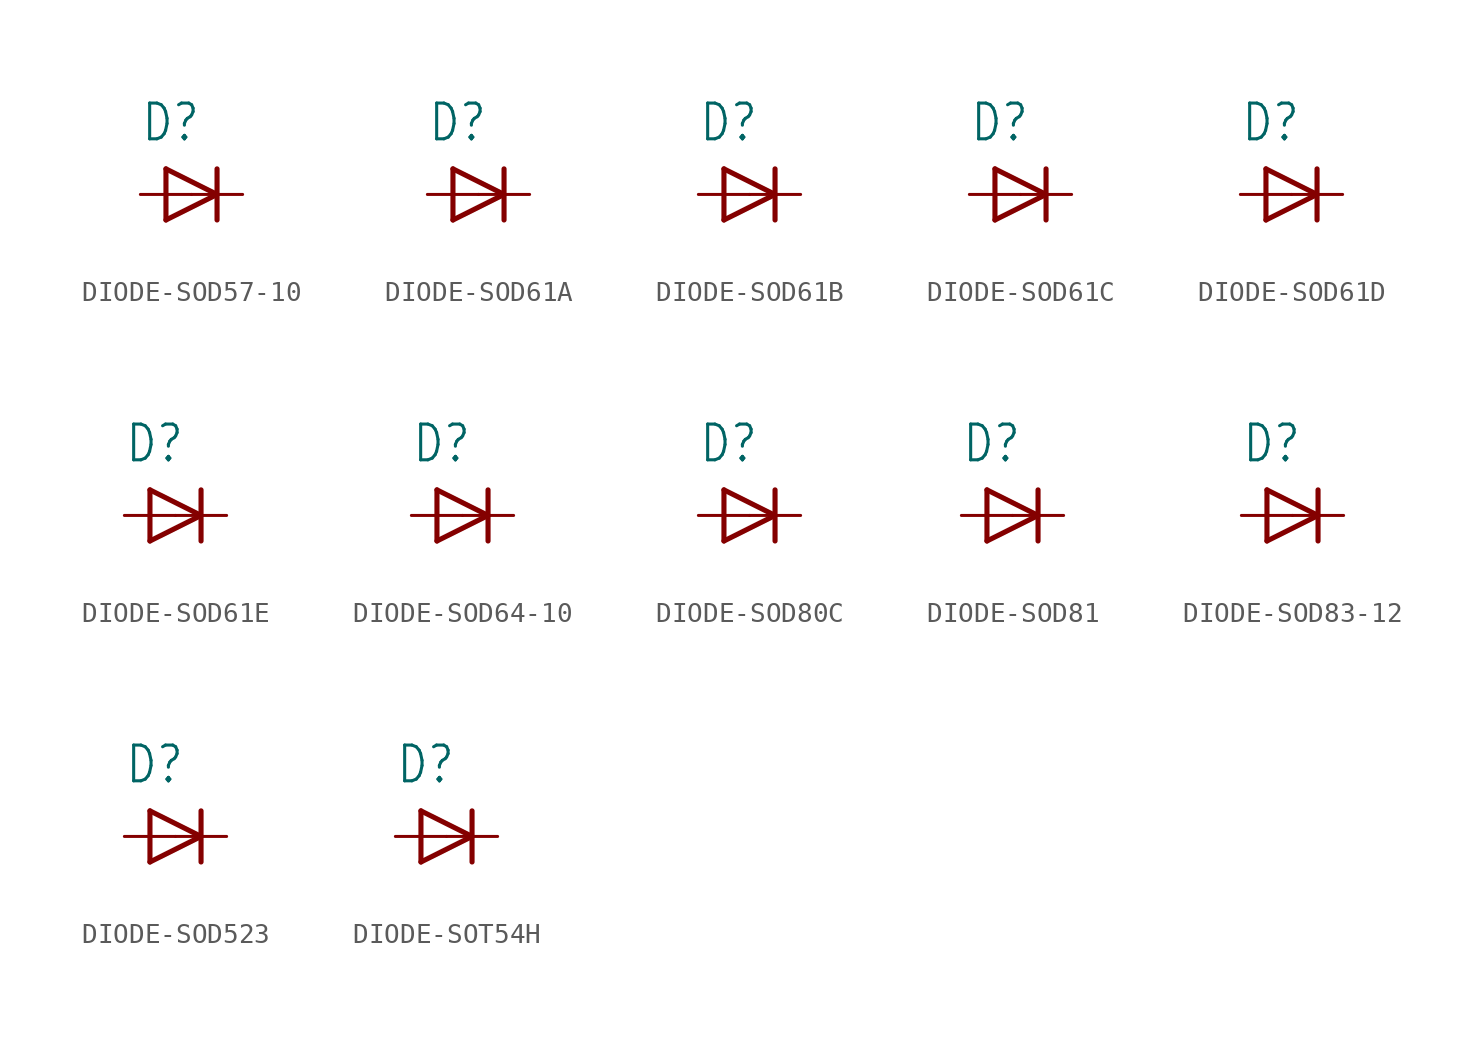
<source format=kicad_sym>
(kicad_symbol_lib
  (version 20220914)
  (generator kicad_symbol_editor)
  (symbol "DIODE-SOD57-10"
    (property "Reference" "D"
      (at -2.54 2.54 0)
      (effects (font (size 1.778 1.511)) (justify left bottom)))
    (property "Value" ""
      (at -2.54 -2.54 0)
      (effects (font (size 1.778 1.511)) (justify left top)))
    (property "ki_locked" ""
      (at 0 0 0)
      (effects (font (size 1.27 1.27))))
    (symbol "DIODE-SOD57-10_1_0"
      (polyline (pts (xy -1.27 -1.27) (xy 1.27 0)) (stroke (width 0.254) (type solid)) (fill (type none)))
      (polyline (pts (xy -1.27 1.27) (xy -1.27 -1.27)) (stroke (width 0.254) (type solid)) (fill (type none)))
      (polyline (pts (xy 1.27 0) (xy -1.27 1.27)) (stroke (width 0.254) (type solid)) (fill (type none)))
      (polyline (pts (xy 1.27 0) (xy 1.27 -1.27)) (stroke (width 0.254) (type solid)) (fill (type none)))
      (polyline (pts (xy 1.27 1.27) (xy 1.27 0)) (stroke (width 0.254) (type solid)) (fill (type none)))
      (pin passive line (at -2.54 0 0) (length 2.54) (name "A" (effects (font (size 0 0)))) (number "A" (effects (font (size 0 0)))))
      (pin passive line (at 2.54 0 180) (length 2.54) (name "C" (effects (font (size 0 0)))) (number "C" (effects (font (size 0 0)))))))
  (symbol "DIODE-SOD61A"
    (property "Reference" "D"
      (at -2.54 2.54 0)
      (effects (font (size 1.778 1.511)) (justify left bottom)))
    (property "Value" ""
      (at -2.54 -2.54 0)
      (effects (font (size 1.778 1.511)) (justify left top)))
    (property "ki_locked" ""
      (at 0 0 0)
      (effects (font (size 1.27 1.27))))
    (symbol "DIODE-SOD61A_1_0"
      (polyline (pts (xy -1.27 -1.27) (xy 1.27 0)) (stroke (width 0.254) (type solid)) (fill (type none)))
      (polyline (pts (xy -1.27 1.27) (xy -1.27 -1.27)) (stroke (width 0.254) (type solid)) (fill (type none)))
      (polyline (pts (xy 1.27 0) (xy -1.27 1.27)) (stroke (width 0.254) (type solid)) (fill (type none)))
      (polyline (pts (xy 1.27 0) (xy 1.27 -1.27)) (stroke (width 0.254) (type solid)) (fill (type none)))
      (polyline (pts (xy 1.27 1.27) (xy 1.27 0)) (stroke (width 0.254) (type solid)) (fill (type none)))
      (pin passive line (at -2.54 0 0) (length 2.54) (name "A" (effects (font (size 0 0)))) (number "A" (effects (font (size 0 0)))))
      (pin passive line (at 2.54 0 180) (length 2.54) (name "C" (effects (font (size 0 0)))) (number "C" (effects (font (size 0 0)))))))
  (symbol "DIODE-SOD61B"
    (property "Reference" "D"
      (at -2.54 2.54 0)
      (effects (font (size 1.778 1.511)) (justify left bottom)))
    (property "Value" ""
      (at -2.54 -2.54 0)
      (effects (font (size 1.778 1.511)) (justify left top)))
    (property "ki_locked" ""
      (at 0 0 0)
      (effects (font (size 1.27 1.27))))
    (symbol "DIODE-SOD61B_1_0"
      (polyline (pts (xy -1.27 -1.27) (xy 1.27 0)) (stroke (width 0.254) (type solid)) (fill (type none)))
      (polyline (pts (xy -1.27 1.27) (xy -1.27 -1.27)) (stroke (width 0.254) (type solid)) (fill (type none)))
      (polyline (pts (xy 1.27 0) (xy -1.27 1.27)) (stroke (width 0.254) (type solid)) (fill (type none)))
      (polyline (pts (xy 1.27 0) (xy 1.27 -1.27)) (stroke (width 0.254) (type solid)) (fill (type none)))
      (polyline (pts (xy 1.27 1.27) (xy 1.27 0)) (stroke (width 0.254) (type solid)) (fill (type none)))
      (pin passive line (at -2.54 0 0) (length 2.54) (name "A" (effects (font (size 0 0)))) (number "A" (effects (font (size 0 0)))))
      (pin passive line (at 2.54 0 180) (length 2.54) (name "C" (effects (font (size 0 0)))) (number "C" (effects (font (size 0 0)))))))
  (symbol "DIODE-SOD61C"
    (property "Reference" "D"
      (at -2.54 2.54 0)
      (effects (font (size 1.778 1.511)) (justify left bottom)))
    (property "Value" ""
      (at -2.54 -2.54 0)
      (effects (font (size 1.778 1.511)) (justify left top)))
    (property "ki_locked" ""
      (at 0 0 0)
      (effects (font (size 1.27 1.27))))
    (symbol "DIODE-SOD61C_1_0"
      (polyline (pts (xy -1.27 -1.27) (xy 1.27 0)) (stroke (width 0.254) (type solid)) (fill (type none)))
      (polyline (pts (xy -1.27 1.27) (xy -1.27 -1.27)) (stroke (width 0.254) (type solid)) (fill (type none)))
      (polyline (pts (xy 1.27 0) (xy -1.27 1.27)) (stroke (width 0.254) (type solid)) (fill (type none)))
      (polyline (pts (xy 1.27 0) (xy 1.27 -1.27)) (stroke (width 0.254) (type solid)) (fill (type none)))
      (polyline (pts (xy 1.27 1.27) (xy 1.27 0)) (stroke (width 0.254) (type solid)) (fill (type none)))
      (pin passive line (at -2.54 0 0) (length 2.54) (name "A" (effects (font (size 0 0)))) (number "A" (effects (font (size 0 0)))))
      (pin passive line (at 2.54 0 180) (length 2.54) (name "C" (effects (font (size 0 0)))) (number "C" (effects (font (size 0 0)))))))
  (symbol "DIODE-SOD61D"
    (property "Reference" "D"
      (at -2.54 2.54 0)
      (effects (font (size 1.778 1.511)) (justify left bottom)))
    (property "Value" ""
      (at -2.54 -2.54 0)
      (effects (font (size 1.778 1.511)) (justify left top)))
    (property "ki_locked" ""
      (at 0 0 0)
      (effects (font (size 1.27 1.27))))
    (symbol "DIODE-SOD61D_1_0"
      (polyline (pts (xy -1.27 -1.27) (xy 1.27 0)) (stroke (width 0.254) (type solid)) (fill (type none)))
      (polyline (pts (xy -1.27 1.27) (xy -1.27 -1.27)) (stroke (width 0.254) (type solid)) (fill (type none)))
      (polyline (pts (xy 1.27 0) (xy -1.27 1.27)) (stroke (width 0.254) (type solid)) (fill (type none)))
      (polyline (pts (xy 1.27 0) (xy 1.27 -1.27)) (stroke (width 0.254) (type solid)) (fill (type none)))
      (polyline (pts (xy 1.27 1.27) (xy 1.27 0)) (stroke (width 0.254) (type solid)) (fill (type none)))
      (pin passive line (at -2.54 0 0) (length 2.54) (name "A" (effects (font (size 0 0)))) (number "A" (effects (font (size 0 0)))))
      (pin passive line (at 2.54 0 180) (length 2.54) (name "C" (effects (font (size 0 0)))) (number "C" (effects (font (size 0 0)))))))
  (symbol "DIODE-SOD61E"
    (property "Reference" "D"
      (at -2.54 2.54 0)
      (effects (font (size 1.778 1.511)) (justify left bottom)))
    (property "Value" ""
      (at -2.54 -2.54 0)
      (effects (font (size 1.778 1.511)) (justify left top)))
    (property "ki_locked" ""
      (at 0 0 0)
      (effects (font (size 1.27 1.27))))
    (symbol "DIODE-SOD61E_1_0"
      (polyline (pts (xy -1.27 -1.27) (xy 1.27 0)) (stroke (width 0.254) (type solid)) (fill (type none)))
      (polyline (pts (xy -1.27 1.27) (xy -1.27 -1.27)) (stroke (width 0.254) (type solid)) (fill (type none)))
      (polyline (pts (xy 1.27 0) (xy -1.27 1.27)) (stroke (width 0.254) (type solid)) (fill (type none)))
      (polyline (pts (xy 1.27 0) (xy 1.27 -1.27)) (stroke (width 0.254) (type solid)) (fill (type none)))
      (polyline (pts (xy 1.27 1.27) (xy 1.27 0)) (stroke (width 0.254) (type solid)) (fill (type none)))
      (pin passive line (at -2.54 0 0) (length 2.54) (name "A" (effects (font (size 0 0)))) (number "A" (effects (font (size 0 0)))))
      (pin passive line (at 2.54 0 180) (length 2.54) (name "C" (effects (font (size 0 0)))) (number "C" (effects (font (size 0 0)))))))
  (symbol "DIODE-SOD64-10"
    (property "Reference" "D"
      (at -2.54 2.54 0)
      (effects (font (size 1.778 1.511)) (justify left bottom)))
    (property "Value" ""
      (at -2.54 -2.54 0)
      (effects (font (size 1.778 1.511)) (justify left top)))
    (property "ki_locked" ""
      (at 0 0 0)
      (effects (font (size 1.27 1.27))))
    (symbol "DIODE-SOD64-10_1_0"
      (polyline (pts (xy -1.27 -1.27) (xy 1.27 0)) (stroke (width 0.254) (type solid)) (fill (type none)))
      (polyline (pts (xy -1.27 1.27) (xy -1.27 -1.27)) (stroke (width 0.254) (type solid)) (fill (type none)))
      (polyline (pts (xy 1.27 0) (xy -1.27 1.27)) (stroke (width 0.254) (type solid)) (fill (type none)))
      (polyline (pts (xy 1.27 0) (xy 1.27 -1.27)) (stroke (width 0.254) (type solid)) (fill (type none)))
      (polyline (pts (xy 1.27 1.27) (xy 1.27 0)) (stroke (width 0.254) (type solid)) (fill (type none)))
      (pin passive line (at -2.54 0 0) (length 2.54) (name "A" (effects (font (size 0 0)))) (number "A" (effects (font (size 0 0)))))
      (pin passive line (at 2.54 0 180) (length 2.54) (name "C" (effects (font (size 0 0)))) (number "C" (effects (font (size 0 0)))))))
  (symbol "DIODE-SOD80C"
    (property "Reference" "D"
      (at -2.54 2.54 0)
      (effects (font (size 1.778 1.511)) (justify left bottom)))
    (property "Value" ""
      (at -2.54 -2.54 0)
      (effects (font (size 1.778 1.511)) (justify left top)))
    (property "ki_locked" ""
      (at 0 0 0)
      (effects (font (size 1.27 1.27))))
    (symbol "DIODE-SOD80C_1_0"
      (polyline (pts (xy -1.27 -1.27) (xy 1.27 0)) (stroke (width 0.254) (type solid)) (fill (type none)))
      (polyline (pts (xy -1.27 1.27) (xy -1.27 -1.27)) (stroke (width 0.254) (type solid)) (fill (type none)))
      (polyline (pts (xy 1.27 0) (xy -1.27 1.27)) (stroke (width 0.254) (type solid)) (fill (type none)))
      (polyline (pts (xy 1.27 0) (xy 1.27 -1.27)) (stroke (width 0.254) (type solid)) (fill (type none)))
      (polyline (pts (xy 1.27 1.27) (xy 1.27 0)) (stroke (width 0.254) (type solid)) (fill (type none)))
      (pin passive line (at -2.54 0 0) (length 2.54) (name "A" (effects (font (size 0 0)))) (number "A" (effects (font (size 0 0)))))
      (pin passive line (at 2.54 0 180) (length 2.54) (name "C" (effects (font (size 0 0)))) (number "C" (effects (font (size 0 0)))))))
  (symbol "DIODE-SOD81"
    (property "Reference" "D"
      (at -2.54 2.54 0)
      (effects (font (size 1.778 1.511)) (justify left bottom)))
    (property "Value" ""
      (at -2.54 -2.54 0)
      (effects (font (size 1.778 1.511)) (justify left top)))
    (property "ki_locked" ""
      (at 0 0 0)
      (effects (font (size 1.27 1.27))))
    (symbol "DIODE-SOD81_1_0"
      (polyline (pts (xy -1.27 -1.27) (xy 1.27 0)) (stroke (width 0.254) (type solid)) (fill (type none)))
      (polyline (pts (xy -1.27 1.27) (xy -1.27 -1.27)) (stroke (width 0.254) (type solid)) (fill (type none)))
      (polyline (pts (xy 1.27 0) (xy -1.27 1.27)) (stroke (width 0.254) (type solid)) (fill (type none)))
      (polyline (pts (xy 1.27 0) (xy 1.27 -1.27)) (stroke (width 0.254) (type solid)) (fill (type none)))
      (polyline (pts (xy 1.27 1.27) (xy 1.27 0)) (stroke (width 0.254) (type solid)) (fill (type none)))
      (pin passive line (at -2.54 0 0) (length 2.54) (name "A" (effects (font (size 0 0)))) (number "A" (effects (font (size 0 0)))))
      (pin passive line (at 2.54 0 180) (length 2.54) (name "C" (effects (font (size 0 0)))) (number "C" (effects (font (size 0 0)))))))
  (symbol "DIODE-SOD83-12"
    (property "Reference" "D"
      (at -2.54 2.54 0)
      (effects (font (size 1.778 1.511)) (justify left bottom)))
    (property "Value" ""
      (at -2.54 -2.54 0)
      (effects (font (size 1.778 1.511)) (justify left top)))
    (property "ki_locked" ""
      (at 0 0 0)
      (effects (font (size 1.27 1.27))))
    (symbol "DIODE-SOD83-12_1_0"
      (polyline (pts (xy -1.27 -1.27) (xy 1.27 0)) (stroke (width 0.254) (type solid)) (fill (type none)))
      (polyline (pts (xy -1.27 1.27) (xy -1.27 -1.27)) (stroke (width 0.254) (type solid)) (fill (type none)))
      (polyline (pts (xy 1.27 0) (xy -1.27 1.27)) (stroke (width 0.254) (type solid)) (fill (type none)))
      (polyline (pts (xy 1.27 0) (xy 1.27 -1.27)) (stroke (width 0.254) (type solid)) (fill (type none)))
      (polyline (pts (xy 1.27 1.27) (xy 1.27 0)) (stroke (width 0.254) (type solid)) (fill (type none)))
      (pin passive line (at -2.54 0 0) (length 2.54) (name "A" (effects (font (size 0 0)))) (number "A" (effects (font (size 0 0)))))
      (pin passive line (at 2.54 0 180) (length 2.54) (name "C" (effects (font (size 0 0)))) (number "C" (effects (font (size 0 0)))))))
  (symbol "DIODE-SOD523"
    (property "Reference" "D"
      (at -2.54 2.54 0)
      (effects (font (size 1.778 1.511)) (justify left bottom)))
    (property "Value" ""
      (at -2.54 -2.54 0)
      (effects (font (size 1.778 1.511)) (justify left top)))
    (property "ki_locked" ""
      (at 0 0 0)
      (effects (font (size 1.27 1.27))))
    (symbol "DIODE-SOD523_1_0"
      (polyline (pts (xy -1.27 -1.27) (xy 1.27 0)) (stroke (width 0.254) (type solid)) (fill (type none)))
      (polyline (pts (xy -1.27 1.27) (xy -1.27 -1.27)) (stroke (width 0.254) (type solid)) (fill (type none)))
      (polyline (pts (xy 1.27 0) (xy -1.27 1.27)) (stroke (width 0.254) (type solid)) (fill (type none)))
      (polyline (pts (xy 1.27 0) (xy 1.27 -1.27)) (stroke (width 0.254) (type solid)) (fill (type none)))
      (polyline (pts (xy 1.27 1.27) (xy 1.27 0)) (stroke (width 0.254) (type solid)) (fill (type none)))
      (pin passive line (at -2.54 0 0) (length 2.54) (name "A" (effects (font (size 0 0)))) (number "A" (effects (font (size 0 0)))))
      (pin passive line (at 2.54 0 180) (length 2.54) (name "C" (effects (font (size 0 0)))) (number "C" (effects (font (size 0 0)))))))
  (symbol "DIODE-SOT54H"
    (property "Reference" "D"
      (at -2.54 2.54 0)
      (effects (font (size 1.778 1.511)) (justify left bottom)))
    (property "Value" ""
      (at -2.54 -2.54 0)
      (effects (font (size 1.778 1.511)) (justify left top)))
    (property "ki_locked" ""
      (at 0 0 0)
      (effects (font (size 1.27 1.27))))
    (symbol "DIODE-SOT54H_1_0"
      (polyline (pts (xy -1.27 -1.27) (xy 1.27 0)) (stroke (width 0.254) (type solid)) (fill (type none)))
      (polyline (pts (xy -1.27 1.27) (xy -1.27 -1.27)) (stroke (width 0.254) (type solid)) (fill (type none)))
      (polyline (pts (xy 1.27 0) (xy -1.27 1.27)) (stroke (width 0.254) (type solid)) (fill (type none)))
      (polyline (pts (xy 1.27 0) (xy 1.27 -1.27)) (stroke (width 0.254) (type solid)) (fill (type none)))
      (polyline (pts (xy 1.27 1.27) (xy 1.27 0)) (stroke (width 0.254) (type solid)) (fill (type none)))
      (pin passive line (at -2.54 0 0) (length 2.54) (name "A" (effects (font (size 0 0)))) (number "A" (effects (font (size 0 0)))))
      (pin passive line (at 2.54 0 180) (length 2.54) (name "C" (effects (font (size 0 0)))) (number "C" (effects (font (size 0 0))))))))
</source>
